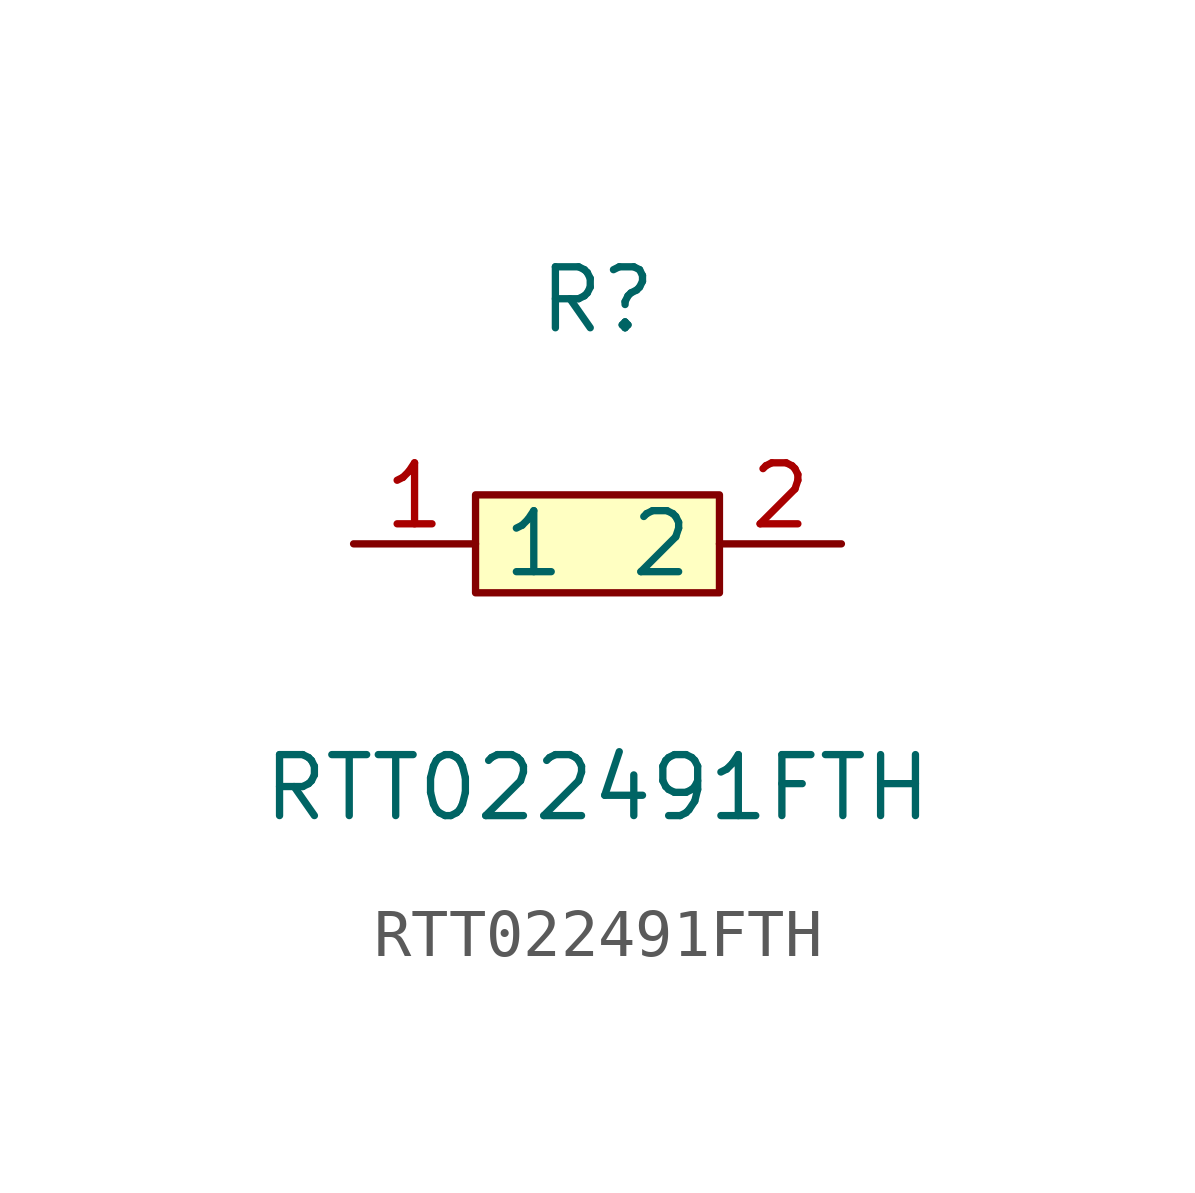
<source format=kicad_sym>
(kicad_symbol_lib
  (version 1)
  (generator "faebryk")
  (symbol "RTT022491FTH"
    (property "Reference" "R"
      (at 0 5.08 0)
      (effects (font (size 1.27 1.27)) (hide no)))
    (property "Value" "RTT022491FTH"
      (at 0 -5.08 0)
      (effects (font (size 1.27 1.27)) (hide no)))
    (symbol "RTT022491FTH_0_1"
      (rectangle (start -2.54 1.02) (end 2.54 -1.02) (stroke (width 0) (type default) (color 0 0 0 0)) (fill (type background)))
      (pin input line (at 5.08 0 180) (length 2.54) (name "2" (effects (font (size 1.27 1.27)) (hide no))) (number "2" (effects (font (size 1.27 1.27)) (hide no))))
      (pin input line (at -5.08 0 0) (length 2.54) (name "1" (effects (font (size 1.27 1.27)) (hide no))) (number "1" (effects (font (size 1.27 1.27)) (hide no)))))))
</source>
